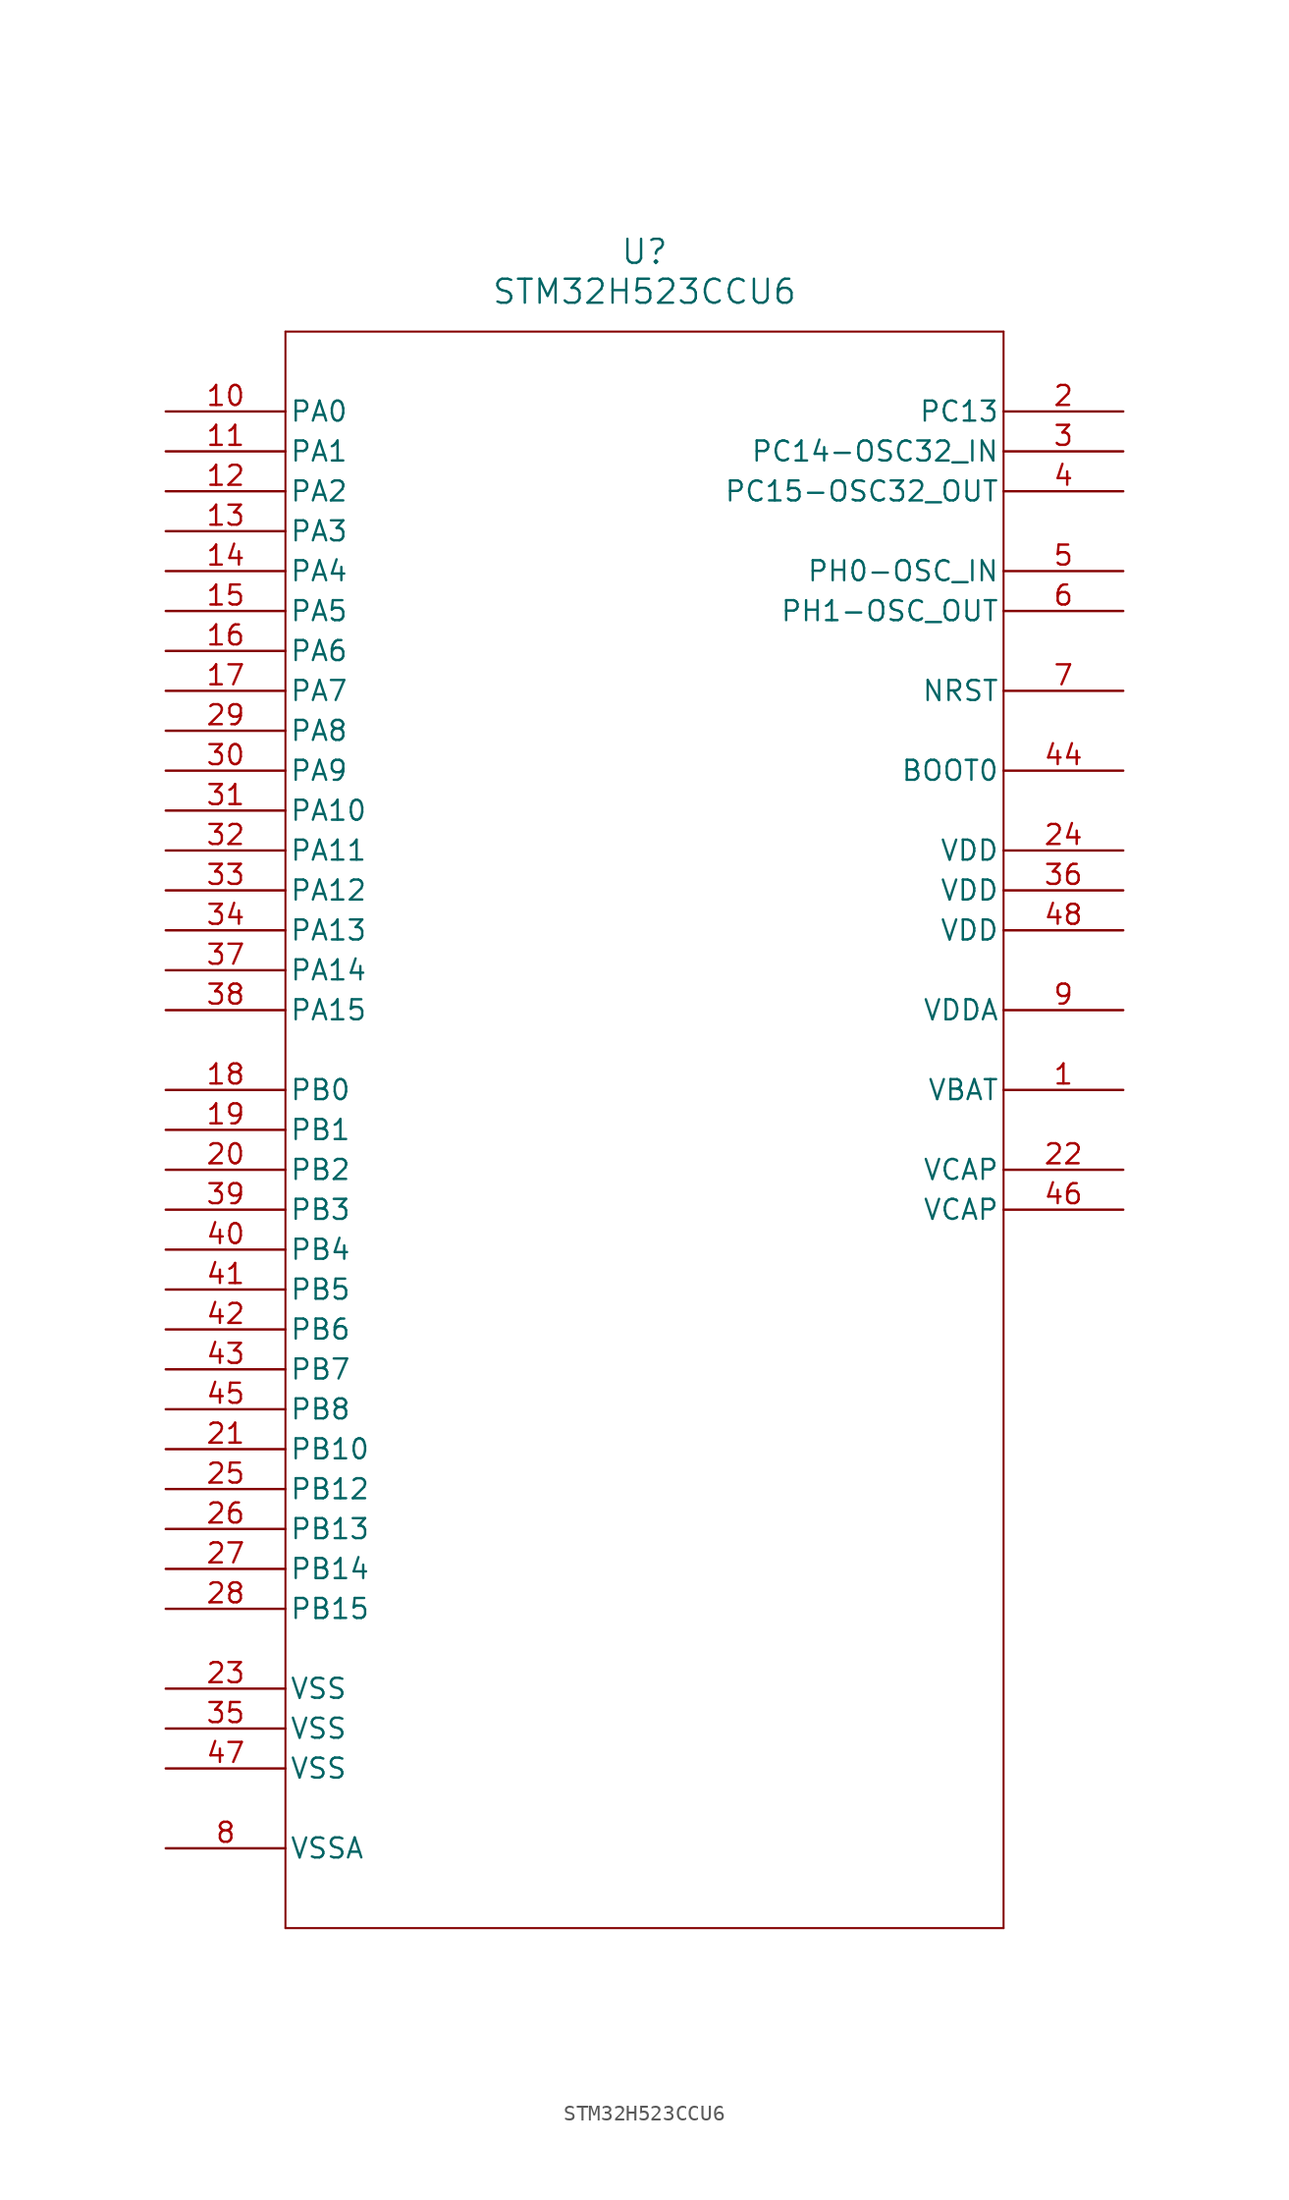
<source format=kicad_sym>
(kicad_symbol_lib
  (version 20211014)
  (generator kicad_symbol_editor)
  (symbol "STM32H523CCU6"
    (pin_names
      (offset 0.254))
    (property "Reference" "U"
      (at 30.48 10.16 0)
      (effects (font (size 1.524 1.524))))
    (property "Value" "STM32H523CCU6"
      (at 30.48 7.62 0)
      (effects (font (size 1.524 1.524))))
    (symbol "STM32H523CCU6_0_1"
      (polyline (pts (xy 7.62 5.08) (xy 7.62 -96.52)) (stroke (width 0.127) (type default) (color 0 0 0 0)) (fill (type none)))
      (polyline (pts (xy 7.62 -96.52) (xy 53.34 -96.52)) (stroke (width 0.127) (type default) (color 0 0 0 0)) (fill (type none)))
      (polyline (pts (xy 53.34 -96.52) (xy 53.34 5.08)) (stroke (width 0.127) (type default) (color 0 0 0 0)) (fill (type none)))
      (polyline (pts (xy 53.34 5.08) (xy 7.62 5.08)) (stroke (width 0.127) (type default) (color 0 0 0 0)) (fill (type none)))
      (pin power_in line (at 60.96 -43.18 180) (length 7.62) (name "VBAT" (effects (font (size 1.27 1.27)))) (number "1" (effects (font (size 1.27 1.27)))))
      (pin bidirectional line (at 60.96 0 180) (length 7.62) (name "PC13" (effects (font (size 1.27 1.27)))) (number "2" (effects (font (size 1.27 1.27)))))
      (pin bidirectional line (at 60.96 -2.54 180) (length 7.62) (name "PC14-OSC32_IN" (effects (font (size 1.27 1.27)))) (number "3" (effects (font (size 1.27 1.27)))))
      (pin bidirectional line (at 60.96 -5.08 180) (length 7.62) (name "PC15-OSC32_OUT" (effects (font (size 1.27 1.27)))) (number "4" (effects (font (size 1.27 1.27)))))
      (pin bidirectional line (at 60.96 -10.16 180) (length 7.62) (name "PH0-OSC_IN" (effects (font (size 1.27 1.27)))) (number "5" (effects (font (size 1.27 1.27)))))
      (pin bidirectional line (at 60.96 -12.7 180) (length 7.62) (name "PH1-OSC_OUT" (effects (font (size 1.27 1.27)))) (number "6" (effects (font (size 1.27 1.27)))))
      (pin bidirectional line (at 60.96 -17.78 180) (length 7.62) (name "NRST" (effects (font (size 1.27 1.27)))) (number "7" (effects (font (size 1.27 1.27)))))
      (pin power_in line (at 0 -91.44 0) (length 7.62) (name "VSSA" (effects (font (size 1.27 1.27)))) (number "8" (effects (font (size 1.27 1.27)))))
      (pin power_in line (at 60.96 -38.1 180) (length 7.62) (name "VDDA" (effects (font (size 1.27 1.27)))) (number "9" (effects (font (size 1.27 1.27)))))
      (pin bidirectional line (at 0 0 0) (length 7.62) (name "PA0" (effects (font (size 1.27 1.27)))) (number "10" (effects (font (size 1.27 1.27)))))
      (pin bidirectional line (at 0 -2.54 0) (length 7.62) (name "PA1" (effects (font (size 1.27 1.27)))) (number "11" (effects (font (size 1.27 1.27)))))
      (pin bidirectional line (at 0 -5.08 0) (length 7.62) (name "PA2" (effects (font (size 1.27 1.27)))) (number "12" (effects (font (size 1.27 1.27)))))
      (pin bidirectional line (at 0 -7.62 0) (length 7.62) (name "PA3" (effects (font (size 1.27 1.27)))) (number "13" (effects (font (size 1.27 1.27)))))
      (pin bidirectional line (at 0 -10.16 0) (length 7.62) (name "PA4" (effects (font (size 1.27 1.27)))) (number "14" (effects (font (size 1.27 1.27)))))
      (pin bidirectional line (at 0 -12.7 0) (length 7.62) (name "PA5" (effects (font (size 1.27 1.27)))) (number "15" (effects (font (size 1.27 1.27)))))
      (pin bidirectional line (at 0 -15.24 0) (length 7.62) (name "PA6" (effects (font (size 1.27 1.27)))) (number "16" (effects (font (size 1.27 1.27)))))
      (pin bidirectional line (at 0 -17.78 0) (length 7.62) (name "PA7" (effects (font (size 1.27 1.27)))) (number "17" (effects (font (size 1.27 1.27)))))
      (pin bidirectional line (at 0 -43.18 0) (length 7.62) (name "PB0" (effects (font (size 1.27 1.27)))) (number "18" (effects (font (size 1.27 1.27)))))
      (pin bidirectional line (at 0 -45.72 0) (length 7.62) (name "PB1" (effects (font (size 1.27 1.27)))) (number "19" (effects (font (size 1.27 1.27)))))
      (pin bidirectional line (at 0 -48.26 0) (length 7.62) (name "PB2" (effects (font (size 1.27 1.27)))) (number "20" (effects (font (size 1.27 1.27)))))
      (pin bidirectional line (at 0 -66.04 0) (length 7.62) (name "PB10" (effects (font (size 1.27 1.27)))) (number "21" (effects (font (size 1.27 1.27)))))
      (pin power_in line (at 60.96 -48.26 180) (length 7.62) (name "VCAP" (effects (font (size 1.27 1.27)))) (number "22" (effects (font (size 1.27 1.27)))))
      (pin power_in line (at 0 -81.28 0) (length 7.62) (name "VSS" (effects (font (size 1.27 1.27)))) (number "23" (effects (font (size 1.27 1.27)))))
      (pin power_in line (at 60.96 -27.94 180) (length 7.62) (name "VDD" (effects (font (size 1.27 1.27)))) (number "24" (effects (font (size 1.27 1.27)))))
      (pin bidirectional line (at 0 -68.58 0) (length 7.62) (name "PB12" (effects (font (size 1.27 1.27)))) (number "25" (effects (font (size 1.27 1.27)))))
      (pin bidirectional line (at 0 -71.12 0) (length 7.62) (name "PB13" (effects (font (size 1.27 1.27)))) (number "26" (effects (font (size 1.27 1.27)))))
      (pin bidirectional line (at 0 -73.66 0) (length 7.62) (name "PB14" (effects (font (size 1.27 1.27)))) (number "27" (effects (font (size 1.27 1.27)))))
      (pin bidirectional line (at 0 -76.2 0) (length 7.62) (name "PB15" (effects (font (size 1.27 1.27)))) (number "28" (effects (font (size 1.27 1.27)))))
      (pin bidirectional line (at 0 -20.32 0) (length 7.62) (name "PA8" (effects (font (size 1.27 1.27)))) (number "29" (effects (font (size 1.27 1.27)))))
      (pin bidirectional line (at 0 -22.86 0) (length 7.62) (name "PA9" (effects (font (size 1.27 1.27)))) (number "30" (effects (font (size 1.27 1.27)))))
      (pin bidirectional line (at 0 -25.4 0) (length 7.62) (name "PA10" (effects (font (size 1.27 1.27)))) (number "31" (effects (font (size 1.27 1.27)))))
      (pin bidirectional line (at 0 -27.94 0) (length 7.62) (name "PA11" (effects (font (size 1.27 1.27)))) (number "32" (effects (font (size 1.27 1.27)))))
      (pin bidirectional line (at 0 -30.48 0) (length 7.62) (name "PA12" (effects (font (size 1.27 1.27)))) (number "33" (effects (font (size 1.27 1.27)))))
      (pin bidirectional line (at 0 -33.02 0) (length 7.62) (name "PA13" (effects (font (size 1.27 1.27)))) (number "34" (effects (font (size 1.27 1.27)))))
      (pin power_in line (at 0 -83.82 0) (length 7.62) (name "VSS" (effects (font (size 1.27 1.27)))) (number "35" (effects (font (size 1.27 1.27)))))
      (pin power_in line (at 60.96 -30.48 180) (length 7.62) (name "VDD" (effects (font (size 1.27 1.27)))) (number "36" (effects (font (size 1.27 1.27)))))
      (pin bidirectional line (at 0 -35.56 0) (length 7.62) (name "PA14" (effects (font (size 1.27 1.27)))) (number "37" (effects (font (size 1.27 1.27)))))
      (pin bidirectional line (at 0 -38.1 0) (length 7.62) (name "PA15" (effects (font (size 1.27 1.27)))) (number "38" (effects (font (size 1.27 1.27)))))
      (pin bidirectional line (at 0 -50.8 0) (length 7.62) (name "PB3" (effects (font (size 1.27 1.27)))) (number "39" (effects (font (size 1.27 1.27)))))
      (pin bidirectional line (at 0 -53.34 0) (length 7.62) (name "PB4" (effects (font (size 1.27 1.27)))) (number "40" (effects (font (size 1.27 1.27)))))
      (pin bidirectional line (at 0 -55.88 0) (length 7.62) (name "PB5" (effects (font (size 1.27 1.27)))) (number "41" (effects (font (size 1.27 1.27)))))
      (pin bidirectional line (at 0 -58.42 0) (length 7.62) (name "PB6" (effects (font (size 1.27 1.27)))) (number "42" (effects (font (size 1.27 1.27)))))
      (pin bidirectional line (at 0 -60.96 0) (length 7.62) (name "PB7" (effects (font (size 1.27 1.27)))) (number "43" (effects (font (size 1.27 1.27)))))
      (pin input line (at 60.96 -22.86 180) (length 7.62) (name "BOOT0" (effects (font (size 1.27 1.27)))) (number "44" (effects (font (size 1.27 1.27)))))
      (pin bidirectional line (at 0 -63.5 0) (length 7.62) (name "PB8" (effects (font (size 1.27 1.27)))) (number "45" (effects (font (size 1.27 1.27)))))
      (pin power_in line (at 60.96 -50.8 180) (length 7.62) (name "VCAP" (effects (font (size 1.27 1.27)))) (number "46" (effects (font (size 1.27 1.27)))))
      (pin power_in line (at 0 -86.36 0) (length 7.62) (name "VSS" (effects (font (size 1.27 1.27)))) (number "47" (effects (font (size 1.27 1.27)))))
      (pin power_in line (at 60.96 -33.02 180) (length 7.62) (name "VDD" (effects (font (size 1.27 1.27)))) (number "48" (effects (font (size 1.27 1.27))))))))
</source>
